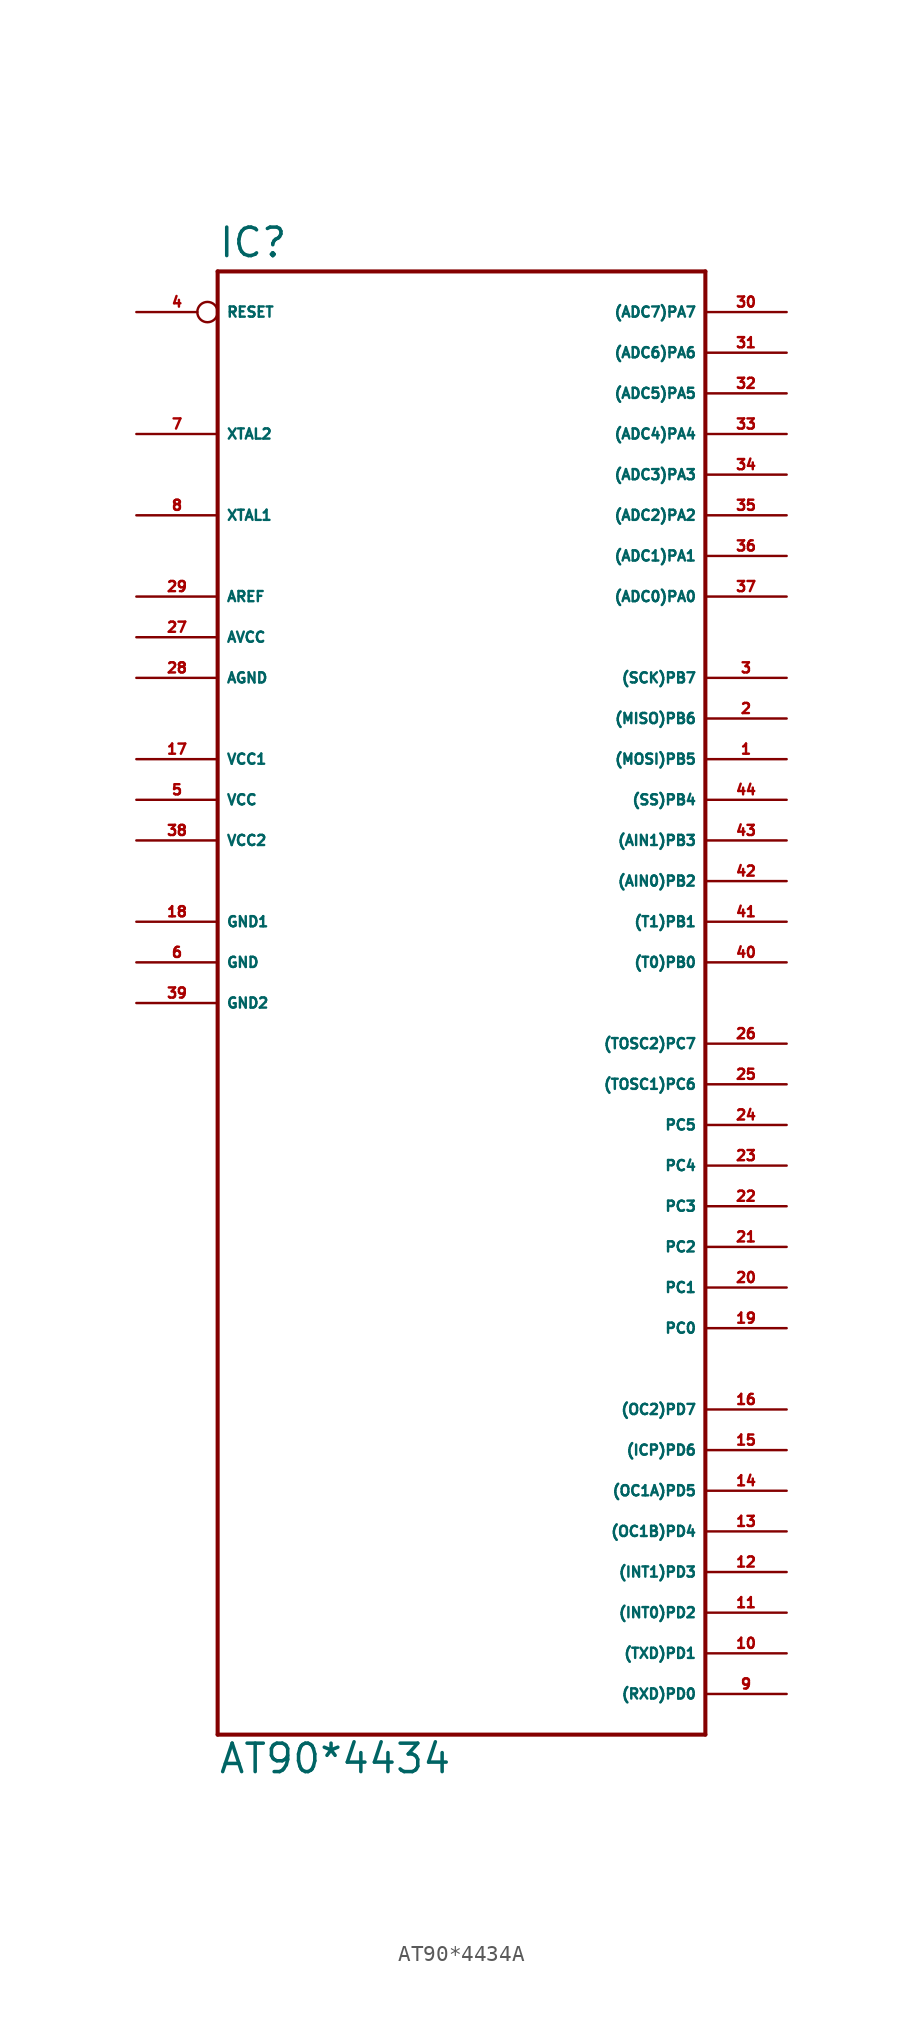
<source format=kicad_sym>
(kicad_symbol_lib
  (version 20220914)
  (generator Eagle2Kicad)
  (symbol "AT90*4434A"
    (property "Reference" "IC"
      (at -15.24 43.942 0)
      (effects (font (size 1.778 1.778) (thickness 0.22)) (justify left bottom)))
    (property "Value" "AT90*4434"
      (at -15.24 -50.8 0)
      (effects (font (size 1.778 1.778) (thickness 0.22)) (justify left bottom)))
    (polyline
      (pts (xy -15.24 43.18) (xy 15.24 43.18))
      (stroke (width 0.254) (type default))
      (fill (type none)))
    (polyline
      (pts (xy 15.24 43.18) (xy 15.24 -48.26))
      (stroke (width 0.254) (type default))
      (fill (type none)))
    (polyline
      (pts (xy 15.24 -48.26) (xy -15.24 -48.26))
      (stroke (width 0.254) (type default))
      (fill (type none)))
    (polyline
      (pts (xy -15.24 -48.26) (xy -15.24 43.18))
      (stroke (width 0.254) (type default))
      (fill (type none)))
    (pin bidirectional line
      (at 20.32 40.64 180)
      (length 5.08)
      (name "(ADC7)PA7" (effects (font (size 0.635 0.635) (thickness 0.08)) (justify left bottom)))
      (number "30" (effects (font (size 0.635 0.635) (thickness 0.08)) (justify left bottom))))
    (pin bidirectional line
      (at 20.32 38.1 180)
      (length 5.08)
      (name "(ADC6)PA6" (effects (font (size 0.635 0.635) (thickness 0.08)) (justify left bottom)))
      (number "31" (effects (font (size 0.635 0.635) (thickness 0.08)) (justify left bottom))))
    (pin bidirectional line
      (at 20.32 35.56 180)
      (length 5.08)
      (name "(ADC5)PA5" (effects (font (size 0.635 0.635) (thickness 0.08)) (justify left bottom)))
      (number "32" (effects (font (size 0.635 0.635) (thickness 0.08)) (justify left bottom))))
    (pin bidirectional line
      (at 20.32 33.02 180)
      (length 5.08)
      (name "(ADC4)PA4" (effects (font (size 0.635 0.635) (thickness 0.08)) (justify left bottom)))
      (number "33" (effects (font (size 0.635 0.635) (thickness 0.08)) (justify left bottom))))
    (pin bidirectional line
      (at 20.32 30.48 180)
      (length 5.08)
      (name "(ADC3)PA3" (effects (font (size 0.635 0.635) (thickness 0.08)) (justify left bottom)))
      (number "34" (effects (font (size 0.635 0.635) (thickness 0.08)) (justify left bottom))))
    (pin bidirectional line
      (at 20.32 27.94 180)
      (length 5.08)
      (name "(ADC2)PA2" (effects (font (size 0.635 0.635) (thickness 0.08)) (justify left bottom)))
      (number "35" (effects (font (size 0.635 0.635) (thickness 0.08)) (justify left bottom))))
    (pin bidirectional line
      (at 20.32 25.4 180)
      (length 5.08)
      (name "(ADC1)PA1" (effects (font (size 0.635 0.635) (thickness 0.08)) (justify left bottom)))
      (number "36" (effects (font (size 0.635 0.635) (thickness 0.08)) (justify left bottom))))
    (pin bidirectional line
      (at 20.32 22.86 180)
      (length 5.08)
      (name "(ADC0)PA0" (effects (font (size 0.635 0.635) (thickness 0.08)) (justify left bottom)))
      (number "37" (effects (font (size 0.635 0.635) (thickness 0.08)) (justify left bottom))))
    (pin bidirectional line
      (at 20.32 17.78 180)
      (length 5.08)
      (name "(SCK)PB7" (effects (font (size 0.635 0.635) (thickness 0.08)) (justify left bottom)))
      (number "3" (effects (font (size 0.635 0.635) (thickness 0.08)) (justify left bottom))))
    (pin bidirectional line
      (at 20.32 15.24 180)
      (length 5.08)
      (name "(MISO)PB6" (effects (font (size 0.635 0.635) (thickness 0.08)) (justify left bottom)))
      (number "2" (effects (font (size 0.635 0.635) (thickness 0.08)) (justify left bottom))))
    (pin bidirectional line
      (at 20.32 12.7 180)
      (length 5.08)
      (name "(MOSI)PB5" (effects (font (size 0.635 0.635) (thickness 0.08)) (justify left bottom)))
      (number "1" (effects (font (size 0.635 0.635) (thickness 0.08)) (justify left bottom))))
    (pin bidirectional line
      (at 20.32 10.16 180)
      (length 5.08)
      (name "(SS)PB4" (effects (font (size 0.635 0.635) (thickness 0.08)) (justify left bottom)))
      (number "44" (effects (font (size 0.635 0.635) (thickness 0.08)) (justify left bottom))))
    (pin bidirectional line
      (at 20.32 7.62 180)
      (length 5.08)
      (name "(AIN1)PB3" (effects (font (size 0.635 0.635) (thickness 0.08)) (justify left bottom)))
      (number "43" (effects (font (size 0.635 0.635) (thickness 0.08)) (justify left bottom))))
    (pin bidirectional line
      (at 20.32 5.08 180)
      (length 5.08)
      (name "(AIN0)PB2" (effects (font (size 0.635 0.635) (thickness 0.08)) (justify left bottom)))
      (number "42" (effects (font (size 0.635 0.635) (thickness 0.08)) (justify left bottom))))
    (pin bidirectional line
      (at 20.32 2.54 180)
      (length 5.08)
      (name "(T1)PB1" (effects (font (size 0.635 0.635) (thickness 0.08)) (justify left bottom)))
      (number "41" (effects (font (size 0.635 0.635) (thickness 0.08)) (justify left bottom))))
    (pin bidirectional line
      (at 20.32 0 180)
      (length 5.08)
      (name "(T0)PB0" (effects (font (size 0.635 0.635) (thickness 0.08)) (justify left bottom)))
      (number "40" (effects (font (size 0.635 0.635) (thickness 0.08)) (justify left bottom))))
    (pin bidirectional line
      (at 20.32 -5.08 180)
      (length 5.08)
      (name "(TOSC2)PC7" (effects (font (size 0.635 0.635) (thickness 0.08)) (justify left bottom)))
      (number "26" (effects (font (size 0.635 0.635) (thickness 0.08)) (justify left bottom))))
    (pin bidirectional line
      (at 20.32 -7.62 180)
      (length 5.08)
      (name "(TOSC1)PC6" (effects (font (size 0.635 0.635) (thickness 0.08)) (justify left bottom)))
      (number "25" (effects (font (size 0.635 0.635) (thickness 0.08)) (justify left bottom))))
    (pin bidirectional line
      (at 20.32 -10.16 180)
      (length 5.08)
      (name "PC5" (effects (font (size 0.635 0.635) (thickness 0.08)) (justify left bottom)))
      (number "24" (effects (font (size 0.635 0.635) (thickness 0.08)) (justify left bottom))))
    (pin bidirectional line
      (at 20.32 -12.7 180)
      (length 5.08)
      (name "PC4" (effects (font (size 0.635 0.635) (thickness 0.08)) (justify left bottom)))
      (number "23" (effects (font (size 0.635 0.635) (thickness 0.08)) (justify left bottom))))
    (pin bidirectional line
      (at 20.32 -15.24 180)
      (length 5.08)
      (name "PC3" (effects (font (size 0.635 0.635) (thickness 0.08)) (justify left bottom)))
      (number "22" (effects (font (size 0.635 0.635) (thickness 0.08)) (justify left bottom))))
    (pin bidirectional line
      (at 20.32 -17.78 180)
      (length 5.08)
      (name "PC2" (effects (font (size 0.635 0.635) (thickness 0.08)) (justify left bottom)))
      (number "21" (effects (font (size 0.635 0.635) (thickness 0.08)) (justify left bottom))))
    (pin bidirectional line
      (at 20.32 -20.32 180)
      (length 5.08)
      (name "PC1" (effects (font (size 0.635 0.635) (thickness 0.08)) (justify left bottom)))
      (number "20" (effects (font (size 0.635 0.635) (thickness 0.08)) (justify left bottom))))
    (pin bidirectional line
      (at 20.32 -22.86 180)
      (length 5.08)
      (name "PC0" (effects (font (size 0.635 0.635) (thickness 0.08)) (justify left bottom)))
      (number "19" (effects (font (size 0.635 0.635) (thickness 0.08)) (justify left bottom))))
    (pin unspecified line
      (at -20.32 17.78 0)
      (length 5.08)
      (name "AGND" (effects (font (size 0.635 0.635) (thickness 0.08)) (justify left bottom)))
      (number "28" (effects (font (size 0.635 0.635) (thickness 0.08)) (justify left bottom))))
    (pin unspecified line
      (at -20.32 20.32 0)
      (length 5.08)
      (name "AVCC" (effects (font (size 0.635 0.635) (thickness 0.08)) (justify left bottom)))
      (number "27" (effects (font (size 0.635 0.635) (thickness 0.08)) (justify left bottom))))
    (pin passive line
      (at -20.32 22.86 0)
      (length 5.08)
      (name "AREF" (effects (font (size 0.635 0.635) (thickness 0.08)) (justify left bottom)))
      (number "29" (effects (font (size 0.635 0.635) (thickness 0.08)) (justify left bottom))))
    (pin bidirectional line
      (at -20.32 27.94 0)
      (length 5.08)
      (name "XTAL1" (effects (font (size 0.635 0.635) (thickness 0.08)) (justify left bottom)))
      (number "8" (effects (font (size 0.635 0.635) (thickness 0.08)) (justify left bottom))))
    (pin bidirectional line
      (at -20.32 33.02 0)
      (length 5.08)
      (name "XTAL2" (effects (font (size 0.635 0.635) (thickness 0.08)) (justify left bottom)))
      (number "7" (effects (font (size 0.635 0.635) (thickness 0.08)) (justify left bottom))))
    (pin unspecified line
      (at -20.32 2.54 0)
      (length 5.08)
      (name "GND1" (effects (font (size 0.635 0.635) (thickness 0.08)) (justify left bottom)))
      (number "18" (effects (font (size 0.635 0.635) (thickness 0.08)) (justify left bottom))))
    (pin unspecified line
      (at -20.32 -2.54 0)
      (length 5.08)
      (name "GND2" (effects (font (size 0.635 0.635) (thickness 0.08)) (justify left bottom)))
      (number "39" (effects (font (size 0.635 0.635) (thickness 0.08)) (justify left bottom))))
    (pin input inverted
      (at -20.32 40.64 0)
      (length 5.08)
      (name "RESET" (effects (font (size 0.635 0.635) (thickness 0.08)) (justify left bottom)))
      (number "4" (effects (font (size 0.635 0.635) (thickness 0.08)) (justify left bottom))))
    (pin bidirectional line
      (at 20.32 -45.72 180)
      (length 5.08)
      (name "(RXD)PD0" (effects (font (size 0.635 0.635) (thickness 0.08)) (justify left bottom)))
      (number "9" (effects (font (size 0.635 0.635) (thickness 0.08)) (justify left bottom))))
    (pin bidirectional line
      (at 20.32 -43.18 180)
      (length 5.08)
      (name "(TXD)PD1" (effects (font (size 0.635 0.635) (thickness 0.08)) (justify left bottom)))
      (number "10" (effects (font (size 0.635 0.635) (thickness 0.08)) (justify left bottom))))
    (pin bidirectional line
      (at 20.32 -40.64 180)
      (length 5.08)
      (name "(INT0)PD2" (effects (font (size 0.635 0.635) (thickness 0.08)) (justify left bottom)))
      (number "11" (effects (font (size 0.635 0.635) (thickness 0.08)) (justify left bottom))))
    (pin bidirectional line
      (at 20.32 -38.1 180)
      (length 5.08)
      (name "(INT1)PD3" (effects (font (size 0.635 0.635) (thickness 0.08)) (justify left bottom)))
      (number "12" (effects (font (size 0.635 0.635) (thickness 0.08)) (justify left bottom))))
    (pin bidirectional line
      (at 20.32 -35.56 180)
      (length 5.08)
      (name "(OC1B)PD4" (effects (font (size 0.635 0.635) (thickness 0.08)) (justify left bottom)))
      (number "13" (effects (font (size 0.635 0.635) (thickness 0.08)) (justify left bottom))))
    (pin bidirectional line
      (at 20.32 -33.02 180)
      (length 5.08)
      (name "(OC1A)PD5" (effects (font (size 0.635 0.635) (thickness 0.08)) (justify left bottom)))
      (number "14" (effects (font (size 0.635 0.635) (thickness 0.08)) (justify left bottom))))
    (pin bidirectional line
      (at 20.32 -30.48 180)
      (length 5.08)
      (name "(ICP)PD6" (effects (font (size 0.635 0.635) (thickness 0.08)) (justify left bottom)))
      (number "15" (effects (font (size 0.635 0.635) (thickness 0.08)) (justify left bottom))))
    (pin bidirectional line
      (at 20.32 -27.94 180)
      (length 5.08)
      (name "(OC2)PD7" (effects (font (size 0.635 0.635) (thickness 0.08)) (justify left bottom)))
      (number "16" (effects (font (size 0.635 0.635) (thickness 0.08)) (justify left bottom))))
    (pin unspecified line
      (at -20.32 12.7 0)
      (length 5.08)
      (name "VCC1" (effects (font (size 0.635 0.635) (thickness 0.08)) (justify left bottom)))
      (number "17" (effects (font (size 0.635 0.635) (thickness 0.08)) (justify left bottom))))
    (pin unspecified line
      (at -20.32 10.16 0)
      (length 5.08)
      (name "VCC" (effects (font (size 0.635 0.635) (thickness 0.08)) (justify left bottom)))
      (number "5" (effects (font (size 0.635 0.635) (thickness 0.08)) (justify left bottom))))
    (pin unspecified line
      (at -20.32 7.62 0)
      (length 5.08)
      (name "VCC2" (effects (font (size 0.635 0.635) (thickness 0.08)) (justify left bottom)))
      (number "38" (effects (font (size 0.635 0.635) (thickness 0.08)) (justify left bottom))))
    (pin unspecified line
      (at -20.32 0 0)
      (length 5.08)
      (name "GND" (effects (font (size 0.635 0.635) (thickness 0.08)) (justify left bottom)))
      (number "6" (effects (font (size 0.635 0.635) (thickness 0.08)) (justify left bottom))))))
</source>
